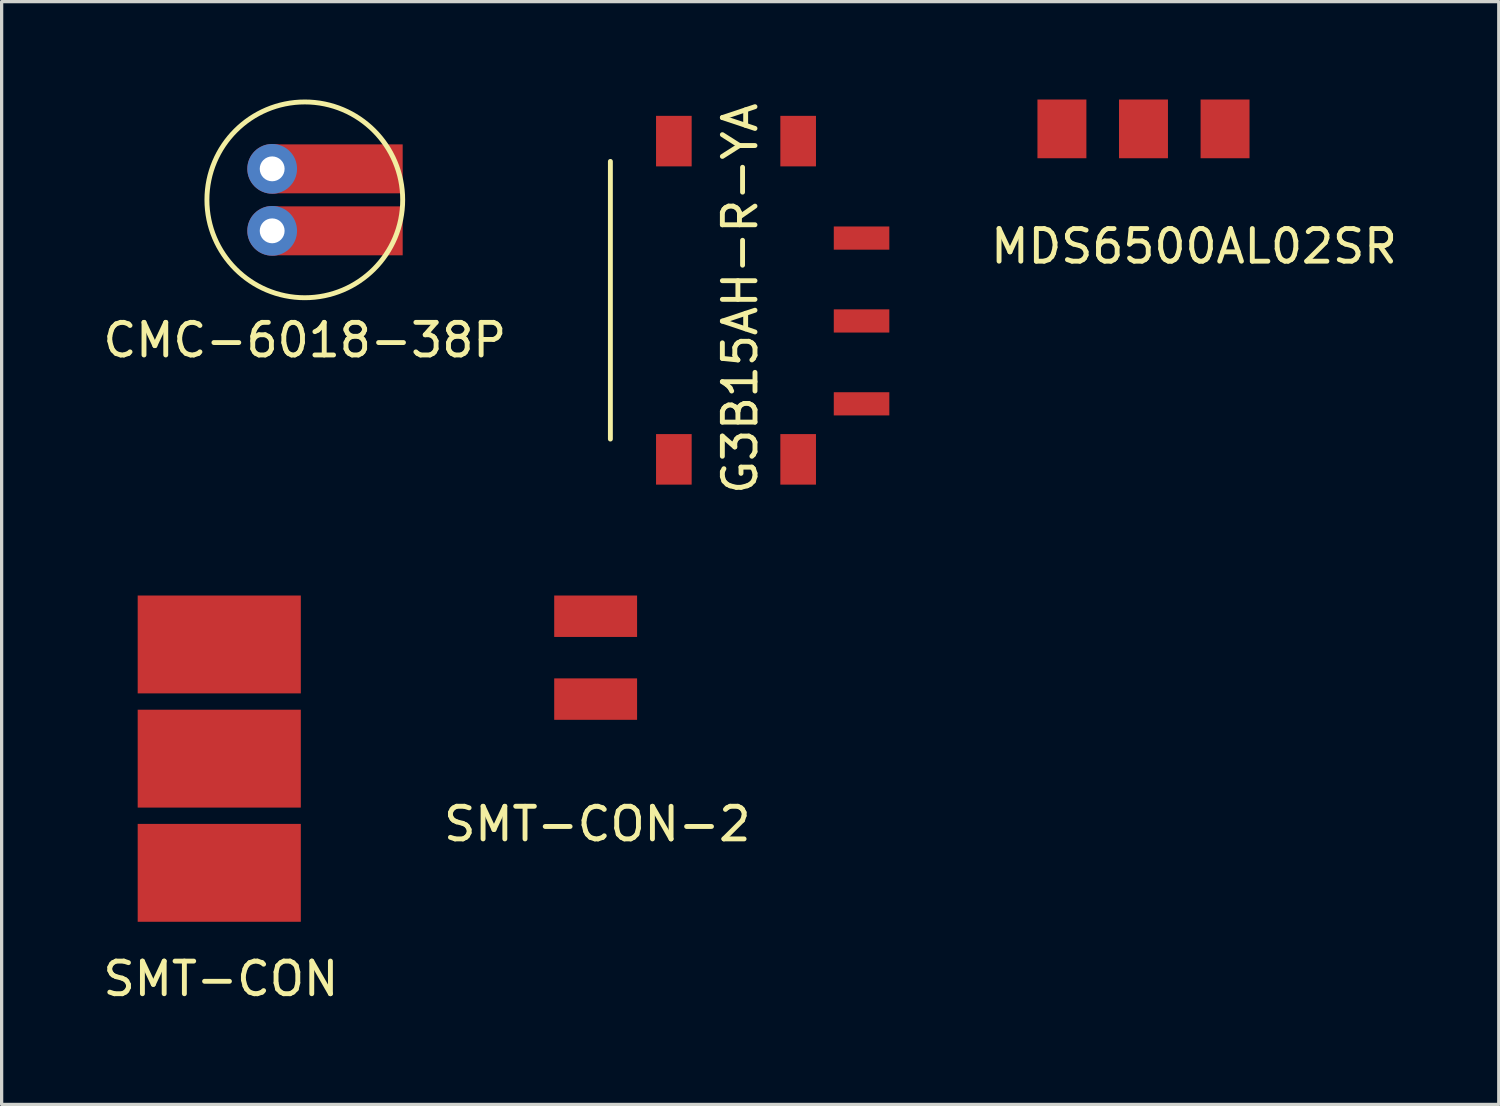
<source format=kicad_pcb>
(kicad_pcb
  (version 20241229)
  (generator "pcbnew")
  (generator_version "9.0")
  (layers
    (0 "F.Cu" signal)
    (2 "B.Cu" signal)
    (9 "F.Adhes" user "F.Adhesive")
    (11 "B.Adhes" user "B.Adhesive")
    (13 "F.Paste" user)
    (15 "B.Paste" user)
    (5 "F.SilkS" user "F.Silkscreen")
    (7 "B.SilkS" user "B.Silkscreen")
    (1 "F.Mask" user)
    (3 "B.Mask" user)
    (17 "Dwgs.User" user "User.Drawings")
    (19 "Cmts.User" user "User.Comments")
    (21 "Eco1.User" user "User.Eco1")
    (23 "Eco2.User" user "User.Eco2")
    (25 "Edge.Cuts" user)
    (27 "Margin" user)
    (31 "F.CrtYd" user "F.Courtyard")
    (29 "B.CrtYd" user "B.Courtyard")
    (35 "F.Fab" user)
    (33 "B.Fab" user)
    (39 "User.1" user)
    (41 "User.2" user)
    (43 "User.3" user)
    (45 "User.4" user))
  (footprint "SMT-CON-2"
    (layer "F.Cu")
    (at 15.206 17.107)
    (property "Reference" "SMT-CON-2" (at 0.05 5.1 0) (layer "F.SilkS") (effects (font (size 1 1) (thickness 0.15))))
    (attr through_hole)
    (pad "1" smd rect (at 0 1.27) (size 2.54 1.27) (layers "F.Cu" "F.Mask"))
    (pad "2" smd rect (at 0 -1.27) (size 2.54 1.27) (layers "F.Cu" "F.Mask")))
  (footprint "MDS6500AL02SR"
    (layer "F.Cu")
    (at 31.997 0.9)
    (property "Reference" "MDS6500AL02SR" (at 1.55 3.6 0) (layer "F.SilkS") (effects (font (size 1 1) (thickness 0.15))))
    (attr through_hole)
    (pad "1" smd rect (at -2.5 0) (size 1.5 1.8) (layers "F.Cu" "F.Mask" "F.Paste"))
    (pad "2" smd rect (at 0 0) (size 1.5 1.8) (layers "F.Cu" "F.Mask" "F.Paste"))
    (pad "3" smd rect (at 2.5 0) (size 1.5 1.8) (layers "F.Cu" "F.Mask" "F.Paste")))
  (footprint "CMC-6018-38P"
    (layer "F.Cu")
    (at 6.292 3.075)
    (property "Reference" "CMC-6018-38P" (at 0 4.3 0) (layer "F.SilkS") (effects (font (size 1 1) (thickness 0.15))))
    (attr through_hole)
    (fp_circle (center 0 0) (end 3 0) (stroke (width 0.15) (type solid)) (fill no) (layer "F.SilkS"))
    (pad "1" thru_hole circle (at -1 -0.95) (size 1.524 1.524) (drill 0.762) (layers "*.Cu" "*.Mask"))
    (pad "1" connect rect (at 1 -0.95) (size 4 1.5) (layers "F.Cu" "F.Mask"))
    (pad "2" thru_hole circle (at -1 0.95) (size 1.524 1.524) (drill 0.762) (layers "*.Cu" "*.Mask"))
    (pad "2" connect rect (at 1 0.95) (size 4 1.5) (layers "F.Cu" "F.Mask")))
  (footprint "SMT-CON"
    (layer "F.Cu")
    (at 3.67 20.202)
    (property "Reference" "SMT-CON" (at 0.05 6.75 0) (layer "F.SilkS") (effects (font (size 1 1) (thickness 0.15))))
    (attr through_hole)
    (pad "1" smd rect (at 0 3.5) (size 5 3) (layers "F.Cu" "F.Mask"))
    (pad "2" smd rect (at 0 0) (size 5 3) (layers "F.Cu" "F.Mask"))
    (pad "3" smd rect (at 0 -3.5) (size 5 3) (layers "F.Cu" "F.Mask")))
  (footprint "G3B15AH-R-YA"
    (layer "F.Cu")
    (at 19.508 6.152)
    (property "Reference" "G3B15AH-R-YA" (at 0.127 -0.051 90) (layer "F.SilkS") (effects (font (size 1 1) (thickness 0.15))))
    (attr smd)
    (fp_line (start -3.85 -4.255) (end -3.85 4.255) (stroke (width 0.15) (type solid)) (layer "F.SilkS"))
    (pad "1" smd rect (at 3.848 3.175) (size 1.702 0.711) (layers "F.Cu" "F.Mask" "F.Paste"))
    (pad "2" smd rect (at 3.848 0.635) (size 1.702 0.711) (layers "F.Cu" "F.Mask" "F.Paste"))
    (pad "3" smd rect (at 3.848 -1.905) (size 1.702 0.711) (layers "F.Cu" "F.Mask" "F.Paste"))
    (pad "4" smd rect (at -1.905 -4.877) (size 1.092 1.549) (layers "F.Cu" "F.Mask" "F.Paste"))
    (pad "4" smd rect (at -1.905 4.877) (size 1.092 1.549) (layers "F.Cu" "F.Mask" "F.Paste"))
    (pad "4" smd rect (at 1.905 -4.877) (size 1.092 1.549) (layers "F.Cu" "F.Mask" "F.Paste"))
    (pad "4" smd rect (at 1.905 4.877) (size 1.092 1.549) (layers "F.Cu" "F.Mask" "F.Paste")))
  (gr_rect
    (start -3 -3)
    (end 42.886 30.801)
    (stroke (width 0.1) (type default))
    (fill no)
    (layer "Edge.Cuts")))
</source>
